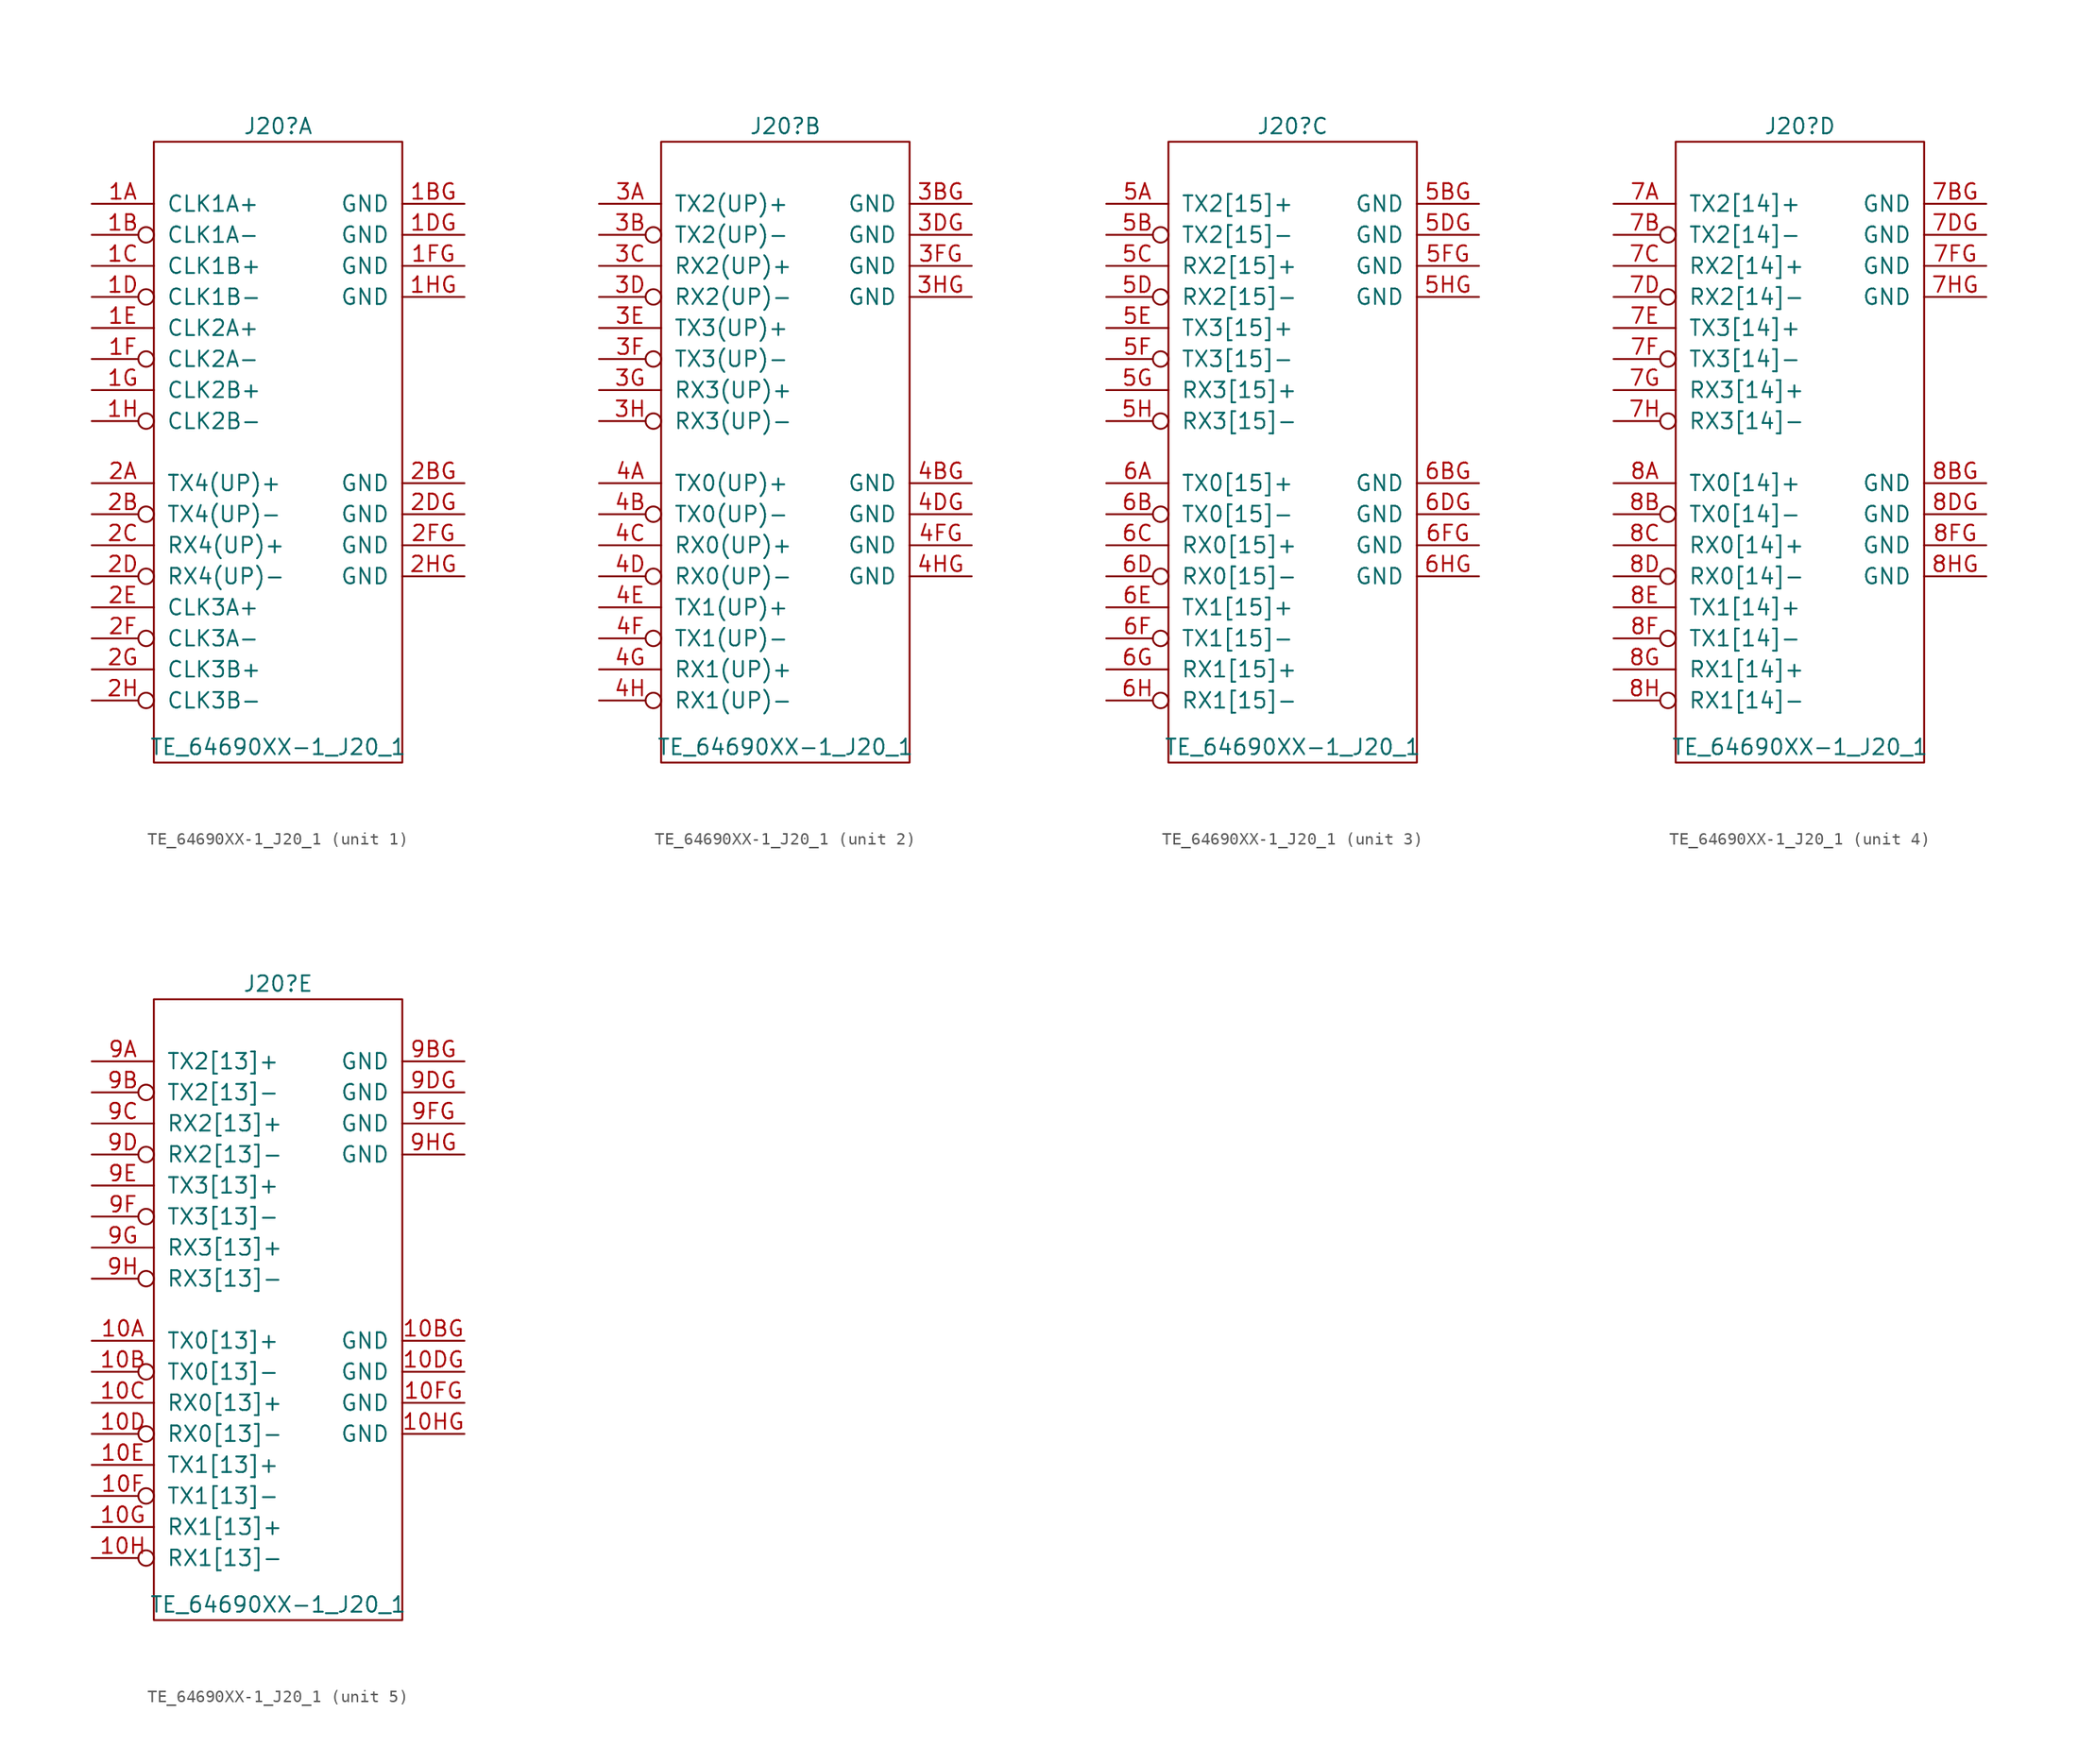
<source format=kicad_sym>
(kicad_symbol_lib
  (version 20220914)
  (generator kicad_symbol_editor)
  (symbol "TE_64690XX-1_J20_1"
    (pin_names
      (offset 1.016))
    (property "Reference" "J20"
      (at 0 26.67 0)
      (effects (font (size 1.27 1.27))))
    (property "Value" "TE_64690XX-1_J20_1"
      (at 0 -24.13 0)
      (effects (font (size 1.27 1.27))))
    (property "ki_locked" ""
      (at 0 0 0)
      (effects (font (size 1.27 1.27))))
    (symbol "TE_64690XX-1_J20_1_1_1"
      (rectangle (start -10.16 25.4) (end 10.16 -25.4) (stroke (width 0) (type default)) (fill (type none)))
      (pin bidirectional line (at -15.24 20.32 0) (length 5.08) (name "CLK1A+" (effects (font (size 1.27 1.27)))) (number "1A" (effects (font (size 1.27 1.27)))))
      (pin bidirectional inverted (at -15.24 17.78 0) (length 5.08) (name "CLK1A-" (effects (font (size 1.27 1.27)))) (number "1B" (effects (font (size 1.27 1.27)))))
      (pin passive line (at 15.24 20.32 180) (length 5.08) (name "GND" (effects (font (size 1.27 1.27)))) (number "1BG" (effects (font (size 1.27 1.27)))))
      (pin bidirectional line (at -15.24 15.24 0) (length 5.08) (name "CLK1B+" (effects (font (size 1.27 1.27)))) (number "1C" (effects (font (size 1.27 1.27)))))
      (pin bidirectional inverted (at -15.24 12.7 0) (length 5.08) (name "CLK1B-" (effects (font (size 1.27 1.27)))) (number "1D" (effects (font (size 1.27 1.27)))))
      (pin passive line (at 15.24 17.78 180) (length 5.08) (name "GND" (effects (font (size 1.27 1.27)))) (number "1DG" (effects (font (size 1.27 1.27)))))
      (pin bidirectional line (at -15.24 10.16 0) (length 5.08) (name "CLK2A+" (effects (font (size 1.27 1.27)))) (number "1E" (effects (font (size 1.27 1.27)))))
      (pin bidirectional inverted (at -15.24 7.62 0) (length 5.08) (name "CLK2A-" (effects (font (size 1.27 1.27)))) (number "1F" (effects (font (size 1.27 1.27)))))
      (pin passive line (at 15.24 15.24 180) (length 5.08) (name "GND" (effects (font (size 1.27 1.27)))) (number "1FG" (effects (font (size 1.27 1.27)))))
      (pin bidirectional line (at -15.24 5.08 0) (length 5.08) (name "CLK2B+" (effects (font (size 1.27 1.27)))) (number "1G" (effects (font (size 1.27 1.27)))))
      (pin bidirectional inverted (at -15.24 2.54 0) (length 5.08) (name "CLK2B-" (effects (font (size 1.27 1.27)))) (number "1H" (effects (font (size 1.27 1.27)))))
      (pin passive line (at 15.24 12.7 180) (length 5.08) (name "GND" (effects (font (size 1.27 1.27)))) (number "1HG" (effects (font (size 1.27 1.27)))))
      (pin bidirectional line (at -15.24 -2.54 0) (length 5.08) (name "TX4(UP)+" (effects (font (size 1.27 1.27)))) (number "2A" (effects (font (size 1.27 1.27)))))
      (pin bidirectional inverted (at -15.24 -5.08 0) (length 5.08) (name "TX4(UP)-" (effects (font (size 1.27 1.27)))) (number "2B" (effects (font (size 1.27 1.27)))))
      (pin passive line (at 15.24 -2.54 180) (length 5.08) (name "GND" (effects (font (size 1.27 1.27)))) (number "2BG" (effects (font (size 1.27 1.27)))))
      (pin bidirectional line (at -15.24 -7.62 0) (length 5.08) (name "RX4(UP)+" (effects (font (size 1.27 1.27)))) (number "2C" (effects (font (size 1.27 1.27)))))
      (pin bidirectional inverted (at -15.24 -10.16 0) (length 5.08) (name "RX4(UP)-" (effects (font (size 1.27 1.27)))) (number "2D" (effects (font (size 1.27 1.27)))))
      (pin passive line (at 15.24 -5.08 180) (length 5.08) (name "GND" (effects (font (size 1.27 1.27)))) (number "2DG" (effects (font (size 1.27 1.27)))))
      (pin bidirectional line (at -15.24 -12.7 0) (length 5.08) (name "CLK3A+" (effects (font (size 1.27 1.27)))) (number "2E" (effects (font (size 1.27 1.27)))))
      (pin bidirectional inverted (at -15.24 -15.24 0) (length 5.08) (name "CLK3A-" (effects (font (size 1.27 1.27)))) (number "2F" (effects (font (size 1.27 1.27)))))
      (pin passive line (at 15.24 -7.62 180) (length 5.08) (name "GND" (effects (font (size 1.27 1.27)))) (number "2FG" (effects (font (size 1.27 1.27)))))
      (pin bidirectional line (at -15.24 -17.78 0) (length 5.08) (name "CLK3B+" (effects (font (size 1.27 1.27)))) (number "2G" (effects (font (size 1.27 1.27)))))
      (pin bidirectional inverted (at -15.24 -20.32 0) (length 5.08) (name "CLK3B-" (effects (font (size 1.27 1.27)))) (number "2H" (effects (font (size 1.27 1.27)))))
      (pin passive line (at 15.24 -10.16 180) (length 5.08) (name "GND" (effects (font (size 1.27 1.27)))) (number "2HG" (effects (font (size 1.27 1.27))))))
    (symbol "TE_64690XX-1_J20_1_2_1"
      (rectangle (start -10.16 25.4) (end 10.16 -25.4) (stroke (width 0) (type default)) (fill (type none)))
      (pin bidirectional line (at -15.24 20.32 0) (length 5.08) (name "TX2(UP)+" (effects (font (size 1.27 1.27)))) (number "3A" (effects (font (size 1.27 1.27)))))
      (pin bidirectional inverted (at -15.24 17.78 0) (length 5.08) (name "TX2(UP)-" (effects (font (size 1.27 1.27)))) (number "3B" (effects (font (size 1.27 1.27)))))
      (pin passive line (at 15.24 20.32 180) (length 5.08) (name "GND" (effects (font (size 1.27 1.27)))) (number "3BG" (effects (font (size 1.27 1.27)))))
      (pin bidirectional line (at -15.24 15.24 0) (length 5.08) (name "RX2(UP)+" (effects (font (size 1.27 1.27)))) (number "3C" (effects (font (size 1.27 1.27)))))
      (pin bidirectional inverted (at -15.24 12.7 0) (length 5.08) (name "RX2(UP)-" (effects (font (size 1.27 1.27)))) (number "3D" (effects (font (size 1.27 1.27)))))
      (pin passive line (at 15.24 17.78 180) (length 5.08) (name "GND" (effects (font (size 1.27 1.27)))) (number "3DG" (effects (font (size 1.27 1.27)))))
      (pin bidirectional line (at -15.24 10.16 0) (length 5.08) (name "TX3(UP)+" (effects (font (size 1.27 1.27)))) (number "3E" (effects (font (size 1.27 1.27)))))
      (pin bidirectional inverted (at -15.24 7.62 0) (length 5.08) (name "TX3(UP)-" (effects (font (size 1.27 1.27)))) (number "3F" (effects (font (size 1.27 1.27)))))
      (pin passive line (at 15.24 15.24 180) (length 5.08) (name "GND" (effects (font (size 1.27 1.27)))) (number "3FG" (effects (font (size 1.27 1.27)))))
      (pin bidirectional line (at -15.24 5.08 0) (length 5.08) (name "RX3(UP)+" (effects (font (size 1.27 1.27)))) (number "3G" (effects (font (size 1.27 1.27)))))
      (pin bidirectional inverted (at -15.24 2.54 0) (length 5.08) (name "RX3(UP)-" (effects (font (size 1.27 1.27)))) (number "3H" (effects (font (size 1.27 1.27)))))
      (pin passive line (at 15.24 12.7 180) (length 5.08) (name "GND" (effects (font (size 1.27 1.27)))) (number "3HG" (effects (font (size 1.27 1.27)))))
      (pin bidirectional line (at -15.24 -2.54 0) (length 5.08) (name "TX0(UP)+" (effects (font (size 1.27 1.27)))) (number "4A" (effects (font (size 1.27 1.27)))))
      (pin bidirectional inverted (at -15.24 -5.08 0) (length 5.08) (name "TX0(UP)-" (effects (font (size 1.27 1.27)))) (number "4B" (effects (font (size 1.27 1.27)))))
      (pin passive line (at 15.24 -2.54 180) (length 5.08) (name "GND" (effects (font (size 1.27 1.27)))) (number "4BG" (effects (font (size 1.27 1.27)))))
      (pin bidirectional line (at -15.24 -7.62 0) (length 5.08) (name "RX0(UP)+" (effects (font (size 1.27 1.27)))) (number "4C" (effects (font (size 1.27 1.27)))))
      (pin bidirectional inverted (at -15.24 -10.16 0) (length 5.08) (name "RX0(UP)-" (effects (font (size 1.27 1.27)))) (number "4D" (effects (font (size 1.27 1.27)))))
      (pin passive line (at 15.24 -5.08 180) (length 5.08) (name "GND" (effects (font (size 1.27 1.27)))) (number "4DG" (effects (font (size 1.27 1.27)))))
      (pin bidirectional line (at -15.24 -12.7 0) (length 5.08) (name "TX1(UP)+" (effects (font (size 1.27 1.27)))) (number "4E" (effects (font (size 1.27 1.27)))))
      (pin bidirectional inverted (at -15.24 -15.24 0) (length 5.08) (name "TX1(UP)-" (effects (font (size 1.27 1.27)))) (number "4F" (effects (font (size 1.27 1.27)))))
      (pin passive line (at 15.24 -7.62 180) (length 5.08) (name "GND" (effects (font (size 1.27 1.27)))) (number "4FG" (effects (font (size 1.27 1.27)))))
      (pin bidirectional line (at -15.24 -17.78 0) (length 5.08) (name "RX1(UP)+" (effects (font (size 1.27 1.27)))) (number "4G" (effects (font (size 1.27 1.27)))))
      (pin bidirectional inverted (at -15.24 -20.32 0) (length 5.08) (name "RX1(UP)-" (effects (font (size 1.27 1.27)))) (number "4H" (effects (font (size 1.27 1.27)))))
      (pin passive line (at 15.24 -10.16 180) (length 5.08) (name "GND" (effects (font (size 1.27 1.27)))) (number "4HG" (effects (font (size 1.27 1.27))))))
    (symbol "TE_64690XX-1_J20_1_3_1"
      (rectangle (start -10.16 25.4) (end 10.16 -25.4) (stroke (width 0) (type default)) (fill (type none)))
      (pin bidirectional line (at -15.24 20.32 0) (length 5.08) (name "TX2[15]+" (effects (font (size 1.27 1.27)))) (number "5A" (effects (font (size 1.27 1.27)))))
      (pin bidirectional inverted (at -15.24 17.78 0) (length 5.08) (name "TX2[15]-" (effects (font (size 1.27 1.27)))) (number "5B" (effects (font (size 1.27 1.27)))))
      (pin passive line (at 15.24 20.32 180) (length 5.08) (name "GND" (effects (font (size 1.27 1.27)))) (number "5BG" (effects (font (size 1.27 1.27)))))
      (pin bidirectional line (at -15.24 15.24 0) (length 5.08) (name "RX2[15]+" (effects (font (size 1.27 1.27)))) (number "5C" (effects (font (size 1.27 1.27)))))
      (pin bidirectional inverted (at -15.24 12.7 0) (length 5.08) (name "RX2[15]-" (effects (font (size 1.27 1.27)))) (number "5D" (effects (font (size 1.27 1.27)))))
      (pin passive line (at 15.24 17.78 180) (length 5.08) (name "GND" (effects (font (size 1.27 1.27)))) (number "5DG" (effects (font (size 1.27 1.27)))))
      (pin bidirectional line (at -15.24 10.16 0) (length 5.08) (name "TX3[15]+" (effects (font (size 1.27 1.27)))) (number "5E" (effects (font (size 1.27 1.27)))))
      (pin bidirectional inverted (at -15.24 7.62 0) (length 5.08) (name "TX3[15]-" (effects (font (size 1.27 1.27)))) (number "5F" (effects (font (size 1.27 1.27)))))
      (pin passive line (at 15.24 15.24 180) (length 5.08) (name "GND" (effects (font (size 1.27 1.27)))) (number "5FG" (effects (font (size 1.27 1.27)))))
      (pin bidirectional line (at -15.24 5.08 0) (length 5.08) (name "RX3[15]+" (effects (font (size 1.27 1.27)))) (number "5G" (effects (font (size 1.27 1.27)))))
      (pin bidirectional inverted (at -15.24 2.54 0) (length 5.08) (name "RX3[15]-" (effects (font (size 1.27 1.27)))) (number "5H" (effects (font (size 1.27 1.27)))))
      (pin passive line (at 15.24 12.7 180) (length 5.08) (name "GND" (effects (font (size 1.27 1.27)))) (number "5HG" (effects (font (size 1.27 1.27)))))
      (pin bidirectional line (at -15.24 -2.54 0) (length 5.08) (name "TX0[15]+" (effects (font (size 1.27 1.27)))) (number "6A" (effects (font (size 1.27 1.27)))))
      (pin bidirectional inverted (at -15.24 -5.08 0) (length 5.08) (name "TX0[15]-" (effects (font (size 1.27 1.27)))) (number "6B" (effects (font (size 1.27 1.27)))))
      (pin passive line (at 15.24 -2.54 180) (length 5.08) (name "GND" (effects (font (size 1.27 1.27)))) (number "6BG" (effects (font (size 1.27 1.27)))))
      (pin bidirectional line (at -15.24 -7.62 0) (length 5.08) (name "RX0[15]+" (effects (font (size 1.27 1.27)))) (number "6C" (effects (font (size 1.27 1.27)))))
      (pin bidirectional inverted (at -15.24 -10.16 0) (length 5.08) (name "RX0[15]-" (effects (font (size 1.27 1.27)))) (number "6D" (effects (font (size 1.27 1.27)))))
      (pin passive line (at 15.24 -5.08 180) (length 5.08) (name "GND" (effects (font (size 1.27 1.27)))) (number "6DG" (effects (font (size 1.27 1.27)))))
      (pin bidirectional line (at -15.24 -12.7 0) (length 5.08) (name "TX1[15]+" (effects (font (size 1.27 1.27)))) (number "6E" (effects (font (size 1.27 1.27)))))
      (pin bidirectional inverted (at -15.24 -15.24 0) (length 5.08) (name "TX1[15]-" (effects (font (size 1.27 1.27)))) (number "6F" (effects (font (size 1.27 1.27)))))
      (pin passive line (at 15.24 -7.62 180) (length 5.08) (name "GND" (effects (font (size 1.27 1.27)))) (number "6FG" (effects (font (size 1.27 1.27)))))
      (pin bidirectional line (at -15.24 -17.78 0) (length 5.08) (name "RX1[15]+" (effects (font (size 1.27 1.27)))) (number "6G" (effects (font (size 1.27 1.27)))))
      (pin bidirectional inverted (at -15.24 -20.32 0) (length 5.08) (name "RX1[15]-" (effects (font (size 1.27 1.27)))) (number "6H" (effects (font (size 1.27 1.27)))))
      (pin passive line (at 15.24 -10.16 180) (length 5.08) (name "GND" (effects (font (size 1.27 1.27)))) (number "6HG" (effects (font (size 1.27 1.27))))))
    (symbol "TE_64690XX-1_J20_1_4_1"
      (rectangle (start -10.16 25.4) (end 10.16 -25.4) (stroke (width 0) (type default)) (fill (type none)))
      (pin bidirectional line (at -15.24 20.32 0) (length 5.08) (name "TX2[14]+" (effects (font (size 1.27 1.27)))) (number "7A" (effects (font (size 1.27 1.27)))))
      (pin bidirectional inverted (at -15.24 17.78 0) (length 5.08) (name "TX2[14]-" (effects (font (size 1.27 1.27)))) (number "7B" (effects (font (size 1.27 1.27)))))
      (pin passive line (at 15.24 20.32 180) (length 5.08) (name "GND" (effects (font (size 1.27 1.27)))) (number "7BG" (effects (font (size 1.27 1.27)))))
      (pin bidirectional line (at -15.24 15.24 0) (length 5.08) (name "RX2[14]+" (effects (font (size 1.27 1.27)))) (number "7C" (effects (font (size 1.27 1.27)))))
      (pin bidirectional inverted (at -15.24 12.7 0) (length 5.08) (name "RX2[14]-" (effects (font (size 1.27 1.27)))) (number "7D" (effects (font (size 1.27 1.27)))))
      (pin passive line (at 15.24 17.78 180) (length 5.08) (name "GND" (effects (font (size 1.27 1.27)))) (number "7DG" (effects (font (size 1.27 1.27)))))
      (pin bidirectional line (at -15.24 10.16 0) (length 5.08) (name "TX3[14]+" (effects (font (size 1.27 1.27)))) (number "7E" (effects (font (size 1.27 1.27)))))
      (pin bidirectional inverted (at -15.24 7.62 0) (length 5.08) (name "TX3[14]-" (effects (font (size 1.27 1.27)))) (number "7F" (effects (font (size 1.27 1.27)))))
      (pin passive line (at 15.24 15.24 180) (length 5.08) (name "GND" (effects (font (size 1.27 1.27)))) (number "7FG" (effects (font (size 1.27 1.27)))))
      (pin bidirectional line (at -15.24 5.08 0) (length 5.08) (name "RX3[14]+" (effects (font (size 1.27 1.27)))) (number "7G" (effects (font (size 1.27 1.27)))))
      (pin bidirectional inverted (at -15.24 2.54 0) (length 5.08) (name "RX3[14]-" (effects (font (size 1.27 1.27)))) (number "7H" (effects (font (size 1.27 1.27)))))
      (pin passive line (at 15.24 12.7 180) (length 5.08) (name "GND" (effects (font (size 1.27 1.27)))) (number "7HG" (effects (font (size 1.27 1.27)))))
      (pin bidirectional line (at -15.24 -2.54 0) (length 5.08) (name "TX0[14]+" (effects (font (size 1.27 1.27)))) (number "8A" (effects (font (size 1.27 1.27)))))
      (pin bidirectional inverted (at -15.24 -5.08 0) (length 5.08) (name "TX0[14]-" (effects (font (size 1.27 1.27)))) (number "8B" (effects (font (size 1.27 1.27)))))
      (pin passive line (at 15.24 -2.54 180) (length 5.08) (name "GND" (effects (font (size 1.27 1.27)))) (number "8BG" (effects (font (size 1.27 1.27)))))
      (pin bidirectional line (at -15.24 -7.62 0) (length 5.08) (name "RX0[14]+" (effects (font (size 1.27 1.27)))) (number "8C" (effects (font (size 1.27 1.27)))))
      (pin bidirectional inverted (at -15.24 -10.16 0) (length 5.08) (name "RX0[14]-" (effects (font (size 1.27 1.27)))) (number "8D" (effects (font (size 1.27 1.27)))))
      (pin passive line (at 15.24 -5.08 180) (length 5.08) (name "GND" (effects (font (size 1.27 1.27)))) (number "8DG" (effects (font (size 1.27 1.27)))))
      (pin bidirectional line (at -15.24 -12.7 0) (length 5.08) (name "TX1[14]+" (effects (font (size 1.27 1.27)))) (number "8E" (effects (font (size 1.27 1.27)))))
      (pin bidirectional inverted (at -15.24 -15.24 0) (length 5.08) (name "TX1[14]-" (effects (font (size 1.27 1.27)))) (number "8F" (effects (font (size 1.27 1.27)))))
      (pin passive line (at 15.24 -7.62 180) (length 5.08) (name "GND" (effects (font (size 1.27 1.27)))) (number "8FG" (effects (font (size 1.27 1.27)))))
      (pin bidirectional line (at -15.24 -17.78 0) (length 5.08) (name "RX1[14]+" (effects (font (size 1.27 1.27)))) (number "8G" (effects (font (size 1.27 1.27)))))
      (pin bidirectional inverted (at -15.24 -20.32 0) (length 5.08) (name "RX1[14]-" (effects (font (size 1.27 1.27)))) (number "8H" (effects (font (size 1.27 1.27)))))
      (pin passive line (at 15.24 -10.16 180) (length 5.08) (name "GND" (effects (font (size 1.27 1.27)))) (number "8HG" (effects (font (size 1.27 1.27))))))
    (symbol "TE_64690XX-1_J20_1_5_1"
      (rectangle (start -10.16 25.4) (end 10.16 -25.4) (stroke (width 0) (type default)) (fill (type none)))
      (pin bidirectional line (at -15.24 -2.54 0) (length 5.08) (name "TX0[13]+" (effects (font (size 1.27 1.27)))) (number "10A" (effects (font (size 1.27 1.27)))))
      (pin bidirectional inverted (at -15.24 -5.08 0) (length 5.08) (name "TX0[13]-" (effects (font (size 1.27 1.27)))) (number "10B" (effects (font (size 1.27 1.27)))))
      (pin passive line (at 15.24 -2.54 180) (length 5.08) (name "GND" (effects (font (size 1.27 1.27)))) (number "10BG" (effects (font (size 1.27 1.27)))))
      (pin bidirectional line (at -15.24 -7.62 0) (length 5.08) (name "RX0[13]+" (effects (font (size 1.27 1.27)))) (number "10C" (effects (font (size 1.27 1.27)))))
      (pin bidirectional inverted (at -15.24 -10.16 0) (length 5.08) (name "RX0[13]-" (effects (font (size 1.27 1.27)))) (number "10D" (effects (font (size 1.27 1.27)))))
      (pin passive line (at 15.24 -5.08 180) (length 5.08) (name "GND" (effects (font (size 1.27 1.27)))) (number "10DG" (effects (font (size 1.27 1.27)))))
      (pin bidirectional line (at -15.24 -12.7 0) (length 5.08) (name "TX1[13]+" (effects (font (size 1.27 1.27)))) (number "10E" (effects (font (size 1.27 1.27)))))
      (pin bidirectional inverted (at -15.24 -15.24 0) (length 5.08) (name "TX1[13]-" (effects (font (size 1.27 1.27)))) (number "10F" (effects (font (size 1.27 1.27)))))
      (pin passive line (at 15.24 -7.62 180) (length 5.08) (name "GND" (effects (font (size 1.27 1.27)))) (number "10FG" (effects (font (size 1.27 1.27)))))
      (pin bidirectional line (at -15.24 -17.78 0) (length 5.08) (name "RX1[13]+" (effects (font (size 1.27 1.27)))) (number "10G" (effects (font (size 1.27 1.27)))))
      (pin bidirectional inverted (at -15.24 -20.32 0) (length 5.08) (name "RX1[13]-" (effects (font (size 1.27 1.27)))) (number "10H" (effects (font (size 1.27 1.27)))))
      (pin passive line (at 15.24 -10.16 180) (length 5.08) (name "GND" (effects (font (size 1.27 1.27)))) (number "10HG" (effects (font (size 1.27 1.27)))))
      (pin bidirectional line (at -15.24 20.32 0) (length 5.08) (name "TX2[13]+" (effects (font (size 1.27 1.27)))) (number "9A" (effects (font (size 1.27 1.27)))))
      (pin bidirectional inverted (at -15.24 17.78 0) (length 5.08) (name "TX2[13]-" (effects (font (size 1.27 1.27)))) (number "9B" (effects (font (size 1.27 1.27)))))
      (pin passive line (at 15.24 20.32 180) (length 5.08) (name "GND" (effects (font (size 1.27 1.27)))) (number "9BG" (effects (font (size 1.27 1.27)))))
      (pin bidirectional line (at -15.24 15.24 0) (length 5.08) (name "RX2[13]+" (effects (font (size 1.27 1.27)))) (number "9C" (effects (font (size 1.27 1.27)))))
      (pin bidirectional inverted (at -15.24 12.7 0) (length 5.08) (name "RX2[13]-" (effects (font (size 1.27 1.27)))) (number "9D" (effects (font (size 1.27 1.27)))))
      (pin passive line (at 15.24 17.78 180) (length 5.08) (name "GND" (effects (font (size 1.27 1.27)))) (number "9DG" (effects (font (size 1.27 1.27)))))
      (pin bidirectional line (at -15.24 10.16 0) (length 5.08) (name "TX3[13]+" (effects (font (size 1.27 1.27)))) (number "9E" (effects (font (size 1.27 1.27)))))
      (pin bidirectional inverted (at -15.24 7.62 0) (length 5.08) (name "TX3[13]-" (effects (font (size 1.27 1.27)))) (number "9F" (effects (font (size 1.27 1.27)))))
      (pin passive line (at 15.24 15.24 180) (length 5.08) (name "GND" (effects (font (size 1.27 1.27)))) (number "9FG" (effects (font (size 1.27 1.27)))))
      (pin bidirectional line (at -15.24 5.08 0) (length 5.08) (name "RX3[13]+" (effects (font (size 1.27 1.27)))) (number "9G" (effects (font (size 1.27 1.27)))))
      (pin bidirectional inverted (at -15.24 2.54 0) (length 5.08) (name "RX3[13]-" (effects (font (size 1.27 1.27)))) (number "9H" (effects (font (size 1.27 1.27)))))
      (pin passive line (at 15.24 12.7 180) (length 5.08) (name "GND" (effects (font (size 1.27 1.27)))) (number "9HG" (effects (font (size 1.27 1.27))))))))
</source>
